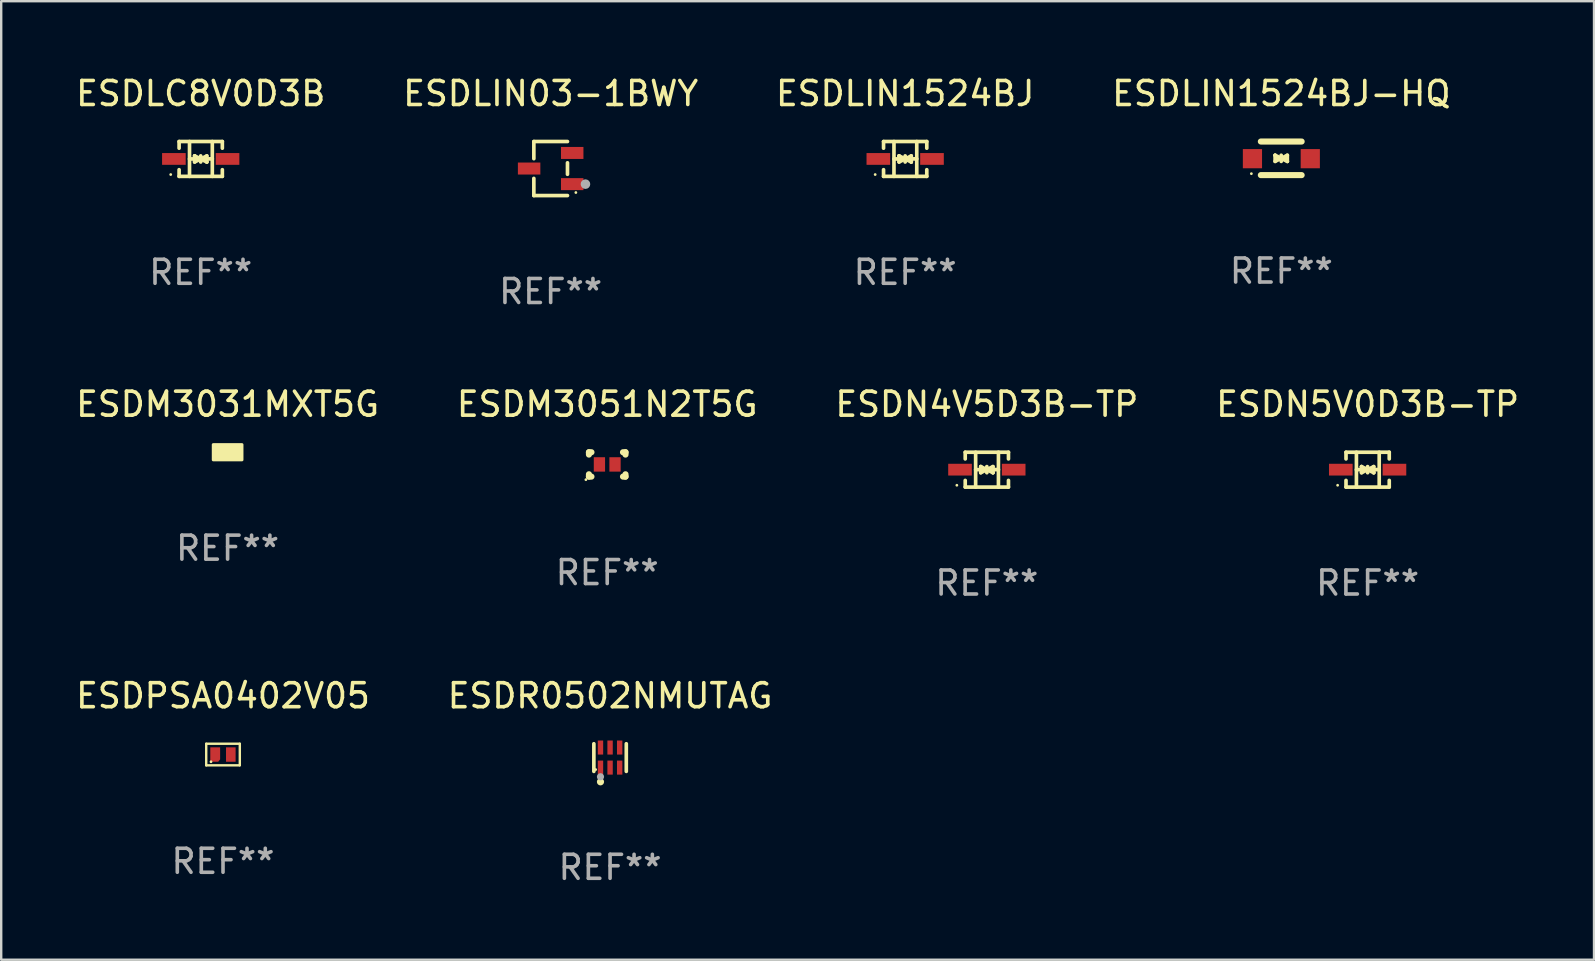
<source format=kicad_pcb>
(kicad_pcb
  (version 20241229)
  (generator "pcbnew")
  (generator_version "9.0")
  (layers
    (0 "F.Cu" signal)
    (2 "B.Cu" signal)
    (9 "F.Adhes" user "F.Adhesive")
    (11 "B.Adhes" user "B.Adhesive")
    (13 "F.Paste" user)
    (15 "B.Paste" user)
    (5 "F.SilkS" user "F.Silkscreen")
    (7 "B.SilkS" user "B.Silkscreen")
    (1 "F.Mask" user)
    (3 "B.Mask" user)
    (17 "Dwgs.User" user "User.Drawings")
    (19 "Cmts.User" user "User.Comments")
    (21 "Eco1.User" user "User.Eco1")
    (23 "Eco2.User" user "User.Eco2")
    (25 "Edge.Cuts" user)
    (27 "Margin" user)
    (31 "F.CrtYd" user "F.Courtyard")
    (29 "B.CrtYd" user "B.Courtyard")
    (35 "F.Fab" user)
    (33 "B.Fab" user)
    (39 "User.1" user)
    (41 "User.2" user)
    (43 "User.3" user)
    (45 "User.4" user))
  (footprint "ESDLIN1524BJ-HQ"
    (layer "F.Cu")
    (at 50.351 3.548)
    (property "Reference" "ESDLIN1524BJ-HQ" (at 0 -2.7 0) (layer "F.SilkS") (effects (font (size 1 1) (thickness 0.15))))
    (attr through_hole)
    (fp_line (start -0.855 -0.7) (end 0.845 -0.7) (stroke (width 0.254) (type solid)) (layer "F.SilkS"))
    (fp_line (start -0.855 0.7) (end 0.845 0.7) (stroke (width 0.254) (type solid)) (layer "F.SilkS"))
    (fp_line (start -0.26 -0.127) (end -0.26 -0.127) (stroke (width 0.154) (type solid)) (layer "F.SilkS"))
    (fp_line (start -0.26 -0.127) (end -0.008 -0.003) (stroke (width 0.154) (type solid)) (layer "F.SilkS"))
    (fp_line (start -0.26 0.127) (end -0.26 -0.127) (stroke (width 0.154) (type solid)) (layer "F.SilkS"))
    (fp_line (start -0.133 0.000483) (end -0.003 0.000483) (stroke (width 0.154) (type solid)) (layer "F.SilkS"))
    (fp_line (start -0.009 0.000483) (end -0.26 0.127) (stroke (width 0.154) (type solid)) (layer "F.SilkS"))
    (fp_line (start -0.006 -0.127) (end -0.006 0.127) (stroke (width 0.154) (type solid)) (layer "F.SilkS"))
    (fp_line (start -0.003 0.000483) (end 0.248 -0.127) (stroke (width 0.154) (type solid)) (layer "F.SilkS"))
    (fp_line (start 0.121 0.000483) (end -0.009 0.000483) (stroke (width 0.154) (type solid)) (layer "F.SilkS"))
    (fp_line (start 0.248 -0.127) (end 0.248 0.127) (stroke (width 0.154) (type solid)) (layer "F.SilkS"))
    (fp_line (start 0.248 0.127) (end -0.004 0.004) (stroke (width 0.154) (type solid)) (layer "F.SilkS"))
    (fp_line (start 0.248 0.127) (end 0.248 0.127) (stroke (width 0.154) (type solid)) (layer "F.SilkS"))
    (fp_circle (center -1.25 0.64) (end -1.22 0.64) (stroke (width 0.06) (type solid)) (fill no) (layer "F.SilkS"))
    (fp_text user "REF**" (at 0 4.7 0) (layer "F.Fab") (effects (font (size 1 1) (thickness 0.15))))
    (pad "1" smd rect (at -1.205 0.015) (size 0.8 0.8) (layers "F.Cu" "F.Mask" "F.Paste"))
    (pad "2" smd rect (at 1.205 0.015) (size 0.8 0.8) (layers "F.Cu" "F.Mask" "F.Paste")))
  (footprint "ESDLC8V0D3B"
    (layer "F.Cu")
    (at 5.315 3.574)
    (property "Reference" "ESDLC8V0D3B" (at 0 -2.726 0) (layer "F.SilkS") (effects (font (size 1 1) (thickness 0.15))))
    (attr through_hole)
    (fp_line (start -0.901 -0.726) (end -0.901 -0.448) (stroke (width 0.152) (type solid)) (layer "F.SilkS"))
    (fp_line (start -0.901 0.726) (end -0.901 0.448) (stroke (width 0.152) (type solid)) (layer "F.SilkS"))
    (fp_line (start -0.467 0) (end 0.483 -0.003) (stroke (width 0.154) (type solid)) (layer "F.SilkS"))
    (fp_line (start -0.467 0.726) (end -0.467 -0.726) (stroke (width 0.152) (type solid)) (layer "F.SilkS"))
    (fp_line (start -0.254 -0.127) (end -0.254 -0.127) (stroke (width 0.154) (type solid)) (layer "F.SilkS"))
    (fp_line (start -0.254 -0.127) (end -0.002 -0.003) (stroke (width 0.154) (type solid)) (layer "F.SilkS"))
    (fp_line (start -0.254 0.127) (end -0.254 -0.127) (stroke (width 0.154) (type solid)) (layer "F.SilkS"))
    (fp_line (start -0.127 0) (end 0.003 0) (stroke (width 0.154) (type solid)) (layer "F.SilkS"))
    (fp_line (start -0.003 0) (end -0.254 0.127) (stroke (width 0.154) (type solid)) (layer "F.SilkS"))
    (fp_line (start 0 -0.127) (end 0 0.127) (stroke (width 0.154) (type solid)) (layer "F.SilkS"))
    (fp_line (start 0.003 0) (end 0.254 -0.127) (stroke (width 0.154) (type solid)) (layer "F.SilkS"))
    (fp_line (start 0.127 0) (end -0.003 0) (stroke (width 0.154) (type solid)) (layer "F.SilkS"))
    (fp_line (start 0.254 -0.127) (end 0.254 0.127) (stroke (width 0.154) (type solid)) (layer "F.SilkS"))
    (fp_line (start 0.254 0.127) (end 0.002 0.003) (stroke (width 0.154) (type solid)) (layer "F.SilkS"))
    (fp_line (start 0.254 0.127) (end 0.254 0.127) (stroke (width 0.154) (type solid)) (layer "F.SilkS"))
    (fp_line (start 0.483 0.726) (end 0.483 -0.726) (stroke (width 0.152) (type solid)) (layer "F.SilkS"))
    (fp_line (start 0.901 -0.726) (end -0.901 -0.726) (stroke (width 0.152) (type solid)) (layer "F.SilkS"))
    (fp_line (start 0.901 -0.726) (end 0.901 -0.448) (stroke (width 0.152) (type solid)) (layer "F.SilkS"))
    (fp_line (start 0.901 0.726) (end -0.901 0.726) (stroke (width 0.152) (type solid)) (layer "F.SilkS"))
    (fp_line (start 0.901 0.726) (end 0.901 0.448) (stroke (width 0.152) (type solid)) (layer "F.SilkS"))
    (fp_circle (center -1.25 0.65) (end -1.22 0.65) (stroke (width 0.06) (type solid)) (fill no) (layer "F.SilkS"))
    (fp_text user "REF**" (at 0 4.726 0) (layer "F.Fab") (effects (font (size 1 1) (thickness 0.15))))
    (pad "1" smd rect (at -1.118 0) (size 0.985 0.49) (layers "F.Cu" "F.Mask" "F.Paste"))
    (pad "2" smd rect (at 1.118 0) (size 0.985 0.49) (layers "F.Cu" "F.Mask" "F.Paste")))
  (footprint "ESDN5V0D3B-TP"
    (layer "F.Cu")
    (at 53.946 16.523)
    (property "Reference" "ESDN5V0D3B-TP" (at 0 -2.726 0) (layer "F.SilkS") (effects (font (size 1 1) (thickness 0.15))))
    (attr through_hole)
    (fp_line (start -0.901 -0.726) (end -0.901 -0.448) (stroke (width 0.152) (type solid)) (layer "F.SilkS"))
    (fp_line (start -0.901 0.726) (end -0.901 0.448) (stroke (width 0.152) (type solid)) (layer "F.SilkS"))
    (fp_line (start -0.467 0) (end 0.483 -0.003) (stroke (width 0.154) (type solid)) (layer "F.SilkS"))
    (fp_line (start -0.467 0.726) (end -0.467 -0.726) (stroke (width 0.152) (type solid)) (layer "F.SilkS"))
    (fp_line (start -0.254 -0.127) (end -0.254 -0.127) (stroke (width 0.154) (type solid)) (layer "F.SilkS"))
    (fp_line (start -0.254 -0.127) (end -0.002 -0.003) (stroke (width 0.154) (type solid)) (layer "F.SilkS"))
    (fp_line (start -0.254 0.127) (end -0.254 -0.127) (stroke (width 0.154) (type solid)) (layer "F.SilkS"))
    (fp_line (start -0.127 0) (end 0.003 0) (stroke (width 0.154) (type solid)) (layer "F.SilkS"))
    (fp_line (start -0.003 0) (end -0.254 0.127) (stroke (width 0.154) (type solid)) (layer "F.SilkS"))
    (fp_line (start 0 -0.127) (end 0 0.127) (stroke (width 0.154) (type solid)) (layer "F.SilkS"))
    (fp_line (start 0.003 0) (end 0.254 -0.127) (stroke (width 0.154) (type solid)) (layer "F.SilkS"))
    (fp_line (start 0.127 0) (end -0.003 0) (stroke (width 0.154) (type solid)) (layer "F.SilkS"))
    (fp_line (start 0.254 -0.127) (end 0.254 0.127) (stroke (width 0.154) (type solid)) (layer "F.SilkS"))
    (fp_line (start 0.254 0.127) (end 0.002 0.003) (stroke (width 0.154) (type solid)) (layer "F.SilkS"))
    (fp_line (start 0.254 0.127) (end 0.254 0.127) (stroke (width 0.154) (type solid)) (layer "F.SilkS"))
    (fp_line (start 0.483 0.726) (end 0.483 -0.726) (stroke (width 0.152) (type solid)) (layer "F.SilkS"))
    (fp_line (start 0.901 -0.726) (end -0.901 -0.726) (stroke (width 0.152) (type solid)) (layer "F.SilkS"))
    (fp_line (start 0.901 -0.726) (end 0.901 -0.448) (stroke (width 0.152) (type solid)) (layer "F.SilkS"))
    (fp_line (start 0.901 0.726) (end -0.901 0.726) (stroke (width 0.152) (type solid)) (layer "F.SilkS"))
    (fp_line (start 0.901 0.726) (end 0.901 0.448) (stroke (width 0.152) (type solid)) (layer "F.SilkS"))
    (fp_circle (center -1.25 0.65) (end -1.22 0.65) (stroke (width 0.06) (type solid)) (fill no) (layer "F.SilkS"))
    (fp_text user "REF**" (at 0 4.726 0) (layer "F.Fab") (effects (font (size 1 1) (thickness 0.15))))
    (pad "1" smd rect (at -1.118 0) (size 0.985 0.49) (layers "F.Cu" "F.Mask" "F.Paste"))
    (pad "2" smd rect (at 1.118 0) (size 0.985 0.49) (layers "F.Cu" "F.Mask" "F.Paste")))
  (footprint "ESDN4V5D3B-TP"
    (layer "F.Cu")
    (at 38.077 16.523)
    (property "Reference" "ESDN4V5D3B-TP" (at 0 -2.726 0) (layer "F.SilkS") (effects (font (size 1 1) (thickness 0.15))))
    (attr through_hole)
    (fp_line (start -0.901 -0.726) (end -0.901 -0.448) (stroke (width 0.152) (type solid)) (layer "F.SilkS"))
    (fp_line (start -0.901 0.726) (end -0.901 0.448) (stroke (width 0.152) (type solid)) (layer "F.SilkS"))
    (fp_line (start -0.467 0) (end 0.483 -0.003) (stroke (width 0.154) (type solid)) (layer "F.SilkS"))
    (fp_line (start -0.467 0.726) (end -0.467 -0.726) (stroke (width 0.152) (type solid)) (layer "F.SilkS"))
    (fp_line (start -0.254 -0.127) (end -0.254 -0.127) (stroke (width 0.154) (type solid)) (layer "F.SilkS"))
    (fp_line (start -0.254 -0.127) (end -0.002 -0.003) (stroke (width 0.154) (type solid)) (layer "F.SilkS"))
    (fp_line (start -0.254 0.127) (end -0.254 -0.127) (stroke (width 0.154) (type solid)) (layer "F.SilkS"))
    (fp_line (start -0.127 0) (end 0.003 0) (stroke (width 0.154) (type solid)) (layer "F.SilkS"))
    (fp_line (start -0.003 0) (end -0.254 0.127) (stroke (width 0.154) (type solid)) (layer "F.SilkS"))
    (fp_line (start 0 -0.127) (end 0 0.127) (stroke (width 0.154) (type solid)) (layer "F.SilkS"))
    (fp_line (start 0.003 0) (end 0.254 -0.127) (stroke (width 0.154) (type solid)) (layer "F.SilkS"))
    (fp_line (start 0.127 0) (end -0.003 0) (stroke (width 0.154) (type solid)) (layer "F.SilkS"))
    (fp_line (start 0.254 -0.127) (end 0.254 0.127) (stroke (width 0.154) (type solid)) (layer "F.SilkS"))
    (fp_line (start 0.254 0.127) (end 0.002 0.003) (stroke (width 0.154) (type solid)) (layer "F.SilkS"))
    (fp_line (start 0.254 0.127) (end 0.254 0.127) (stroke (width 0.154) (type solid)) (layer "F.SilkS"))
    (fp_line (start 0.483 0.726) (end 0.483 -0.726) (stroke (width 0.152) (type solid)) (layer "F.SilkS"))
    (fp_line (start 0.901 -0.726) (end -0.901 -0.726) (stroke (width 0.152) (type solid)) (layer "F.SilkS"))
    (fp_line (start 0.901 -0.726) (end 0.901 -0.448) (stroke (width 0.152) (type solid)) (layer "F.SilkS"))
    (fp_line (start 0.901 0.726) (end -0.901 0.726) (stroke (width 0.152) (type solid)) (layer "F.SilkS"))
    (fp_line (start 0.901 0.726) (end 0.901 0.448) (stroke (width 0.152) (type solid)) (layer "F.SilkS"))
    (fp_circle (center -1.25 0.65) (end -1.22 0.65) (stroke (width 0.06) (type solid)) (fill no) (layer "F.SilkS"))
    (fp_text user "REF**" (at 0 4.726 0) (layer "F.Fab") (effects (font (size 1 1) (thickness 0.15))))
    (pad "1" smd rect (at -1.118 0) (size 0.985 0.49) (layers "F.Cu" "F.Mask" "F.Paste"))
    (pad "2" smd rect (at 1.118 0) (size 0.985 0.49) (layers "F.Cu" "F.Mask" "F.Paste")))
  (footprint "ESDLIN1524BJ"
    (layer "F.Cu")
    (at 34.673 3.574)
    (property "Reference" "ESDLIN1524BJ" (at 0 -2.726 0) (layer "F.SilkS") (effects (font (size 1 1) (thickness 0.15))))
    (attr through_hole)
    (fp_line (start -0.901 -0.726) (end -0.901 -0.448) (stroke (width 0.152) (type solid)) (layer "F.SilkS"))
    (fp_line (start -0.901 0.726) (end -0.901 0.448) (stroke (width 0.152) (type solid)) (layer "F.SilkS"))
    (fp_line (start -0.467 0) (end 0.483 -0.003) (stroke (width 0.154) (type solid)) (layer "F.SilkS"))
    (fp_line (start -0.467 0.726) (end -0.467 -0.726) (stroke (width 0.152) (type solid)) (layer "F.SilkS"))
    (fp_line (start -0.254 -0.127) (end -0.254 -0.127) (stroke (width 0.154) (type solid)) (layer "F.SilkS"))
    (fp_line (start -0.254 -0.127) (end -0.002 -0.003) (stroke (width 0.154) (type solid)) (layer "F.SilkS"))
    (fp_line (start -0.254 0.127) (end -0.254 -0.127) (stroke (width 0.154) (type solid)) (layer "F.SilkS"))
    (fp_line (start -0.127 0) (end 0.003 0) (stroke (width 0.154) (type solid)) (layer "F.SilkS"))
    (fp_line (start -0.003 0) (end -0.254 0.127) (stroke (width 0.154) (type solid)) (layer "F.SilkS"))
    (fp_line (start 0 -0.127) (end 0 0.127) (stroke (width 0.154) (type solid)) (layer "F.SilkS"))
    (fp_line (start 0.003 0) (end 0.254 -0.127) (stroke (width 0.154) (type solid)) (layer "F.SilkS"))
    (fp_line (start 0.127 0) (end -0.003 0) (stroke (width 0.154) (type solid)) (layer "F.SilkS"))
    (fp_line (start 0.254 -0.127) (end 0.254 0.127) (stroke (width 0.154) (type solid)) (layer "F.SilkS"))
    (fp_line (start 0.254 0.127) (end 0.002 0.003) (stroke (width 0.154) (type solid)) (layer "F.SilkS"))
    (fp_line (start 0.254 0.127) (end 0.254 0.127) (stroke (width 0.154) (type solid)) (layer "F.SilkS"))
    (fp_line (start 0.483 0.726) (end 0.483 -0.726) (stroke (width 0.152) (type solid)) (layer "F.SilkS"))
    (fp_line (start 0.901 -0.726) (end -0.901 -0.726) (stroke (width 0.152) (type solid)) (layer "F.SilkS"))
    (fp_line (start 0.901 -0.726) (end 0.901 -0.448) (stroke (width 0.152) (type solid)) (layer "F.SilkS"))
    (fp_line (start 0.901 0.726) (end -0.901 0.726) (stroke (width 0.152) (type solid)) (layer "F.SilkS"))
    (fp_line (start 0.901 0.726) (end 0.901 0.448) (stroke (width 0.152) (type solid)) (layer "F.SilkS"))
    (fp_circle (center -1.25 0.65) (end -1.22 0.65) (stroke (width 0.06) (type solid)) (fill no) (layer "F.SilkS"))
    (fp_text user "REF**" (at 0 4.726 0) (layer "F.Fab") (effects (font (size 1 1) (thickness 0.15))))
    (pad "1" smd rect (at -1.118 0) (size 0.985 0.49) (layers "F.Cu" "F.Mask" "F.Paste"))
    (pad "2" smd rect (at 1.118 0) (size 0.985 0.49) (layers "F.Cu" "F.Mask" "F.Paste")))
  (footprint "ESDLIN03-1BWY"
    (layer "F.Cu")
    (at 19.899 3.974)
    (property "Reference" "ESDLIN03-1BWY" (at 0 -3.126 0) (layer "F.SilkS") (effects (font (size 1 1) (thickness 0.15))))
    (attr through_hole)
    (fp_line (start -0.701 -1.126) (end -0.701 -0.411) (stroke (width 0.152) (type solid)) (layer "F.SilkS"))
    (fp_line (start -0.701 1.126) (end -0.701 0.411) (stroke (width 0.152) (type solid)) (layer "F.SilkS"))
    (fp_line (start 0.701 -1.126) (end -0.701 -1.126) (stroke (width 0.152) (type solid)) (layer "F.SilkS"))
    (fp_line (start 0.701 -0.239) (end 0.701 0.239) (stroke (width 0.152) (type solid)) (layer "F.SilkS"))
    (fp_line (start 0.701 1.126) (end -0.701 1.126) (stroke (width 0.152) (type solid)) (layer "F.SilkS"))
    (fp_circle (center 1.05 1) (end 1.08 1) (stroke (width 0.06) (type solid)) (fill no) (layer "F.SilkS"))
    (fp_circle (center 1.45 0.65) (end 1.55 0.65) (stroke (width 0.2) (type solid)) (fill no) (layer "F.Fab"))
    (fp_text user "REF**" (at 0 5.126 0) (layer "F.Fab") (effects (font (size 1 1) (thickness 0.15))))
    (pad "1" smd rect (at 0.898 0.65) (size 0.936 0.5) (layers "F.Cu" "F.Mask" "F.Paste"))
    (pad "2" smd rect (at 0.898 -0.65) (size 0.936 0.5) (layers "F.Cu" "F.Mask" "F.Paste"))
    (pad "3" smd rect (at -0.898 0) (size 0.936 0.5) (layers "F.Cu" "F.Mask" "F.Paste")))
  (footprint "ESDPSA0402V05"
    (layer "F.Cu")
    (at 6.244 28.396)
    (property "Reference" "ESDPSA0402V05" (at 0 -2.45 0) (layer "F.SilkS") (effects (font (size 1 1) (thickness 0.15))))
    (attr through_hole)
    (fp_line (start -0.7 -0.45) (end -0.7 0.45) (stroke (width 0.1) (type solid)) (layer "F.SilkS"))
    (fp_line (start -0.7 -0.45) (end 0.7 -0.45) (stroke (width 0.1) (type solid)) (layer "F.SilkS"))
    (fp_line (start -0.7 0.45) (end 0.69 0.45) (stroke (width 0.1) (type solid)) (layer "F.SilkS"))
    (fp_line (start 0.7 -0.45) (end 0.7 0.45) (stroke (width 0.1) (type solid)) (layer "F.SilkS"))
    (fp_circle (center -0.5 0.3) (end -0.47 0.3) (stroke (width 0.06) (type solid)) (fill no) (layer "F.SilkS"))
    (fp_text user "REF**" (at 0 4.45 0) (layer "F.Fab") (effects (font (size 1 1) (thickness 0.15))))
    (pad "1" smd custom (at -0.325 0) (size 0.41 0.6) (layers "F.Cu" "F.Mask" "F.Paste") (options (anchor circle)) (primitives (gr_poly (pts (xy -0.205 -0.3) (xy -0.205 0.3) (xy 0.125 0.3) (xy 0.205 0.2) (xy 0.205 -0.3) (xy -0.205 -0.3)) (width 0) (fill yes))))
    (pad "2" smd rect (at 0.325 0 90) (size 0.6 0.4) (layers "F.Cu" "F.Mask" "F.Paste")))
  (footprint "ESDM3051N2T5G"
    (layer "F.Cu")
    (at 22.256 16.305)
    (property "Reference" "ESDM3051N2T5G" (at 0 -2.508 0) (layer "F.SilkS") (effects (font (size 1 1) (thickness 0.15))))
    (attr through_hole)
    (fp_line (start -0.762 -0.508) (end -0.657 -0.508) (stroke (width 0.254) (type solid)) (layer "F.SilkS"))
    (fp_line (start -0.762 -0.41) (end -0.762 -0.508) (stroke (width 0.254) (type solid)) (layer "F.SilkS"))
    (fp_line (start -0.762 0.508) (end -0.762 0.41) (stroke (width 0.254) (type solid)) (layer "F.SilkS"))
    (fp_line (start -0.657 0.508) (end -0.762 0.508) (stroke (width 0.254) (type solid)) (layer "F.SilkS"))
    (fp_line (start 0.657 -0.508) (end 0.762 -0.508) (stroke (width 0.254) (type solid)) (layer "F.SilkS"))
    (fp_line (start 0.762 -0.508) (end 0.762 -0.41) (stroke (width 0.254) (type solid)) (layer "F.SilkS"))
    (fp_line (start 0.762 0.41) (end 0.762 0.508) (stroke (width 0.254) (type solid)) (layer "F.SilkS"))
    (fp_line (start 0.762 0.508) (end 0.657 0.508) (stroke (width 0.254) (type solid)) (layer "F.SilkS"))
    (fp_circle (center -0.889 0.635) (end -0.859 0.635) (stroke (width 0.06) (type solid)) (fill no) (layer "F.SilkS"))
    (fp_text user "REF**" (at 0 4.508 0) (layer "F.Fab") (effects (font (size 1 1) (thickness 0.15))))
    (pad "1" smd rect (at -0.325 0) (size 0.47 0.6) (layers "F.Cu" "F.Mask" "F.Paste"))
    (pad "2" smd rect (at 0.325 0) (size 0.47 0.6) (layers "F.Cu" "F.Mask" "F.Paste")))
  (footprint "ESDR0502NMUTAG"
    (layer "F.Cu")
    (at 22.375 28.522)
    (property "Reference" "ESDR0502NMUTAG" (at 0 -2.576 0) (layer "F.SilkS") (effects (font (size 1 1) (thickness 0.15))))
    (attr through_hole)
    (fp_line (start -0.676 0.576) (end -0.676 -0.576) (stroke (width 0.152) (type solid)) (layer "F.SilkS"))
    (fp_line (start 0.676 0.576) (end 0.676 -0.576) (stroke (width 0.152) (type solid)) (layer "F.SilkS"))
    (fp_circle (center -0.6 0.5) (end -0.57 0.5) (stroke (width 0.06) (type solid)) (fill no) (layer "F.SilkS"))
    (fp_circle (center -0.4 1.01) (end -0.325 1.01) (stroke (width 0.15) (type solid)) (fill no) (layer "F.SilkS"))
    (fp_circle (center -0.4 0.8) (end -0.325 0.8) (stroke (width 0.15) (type solid)) (fill no) (layer "F.Fab"))
    (fp_text user "REF**" (at 0 4.576 0) (layer "F.Fab") (effects (font (size 1 1) (thickness 0.15))))
    (pad "1" smd rect (at -0.4 0.418) (size 0.224 0.585) (layers "F.Cu" "F.Mask" "F.Paste"))
    (pad "2" smd rect (at 0 0.418) (size 0.224 0.585) (layers "F.Cu" "F.Mask" "F.Paste"))
    (pad "3" smd rect (at 0.4 0.418) (size 0.224 0.585) (layers "F.Cu" "F.Mask" "F.Paste"))
    (pad "4" smd rect (at 0.4 -0.418) (size 0.224 0.585) (layers "F.Cu" "F.Mask" "F.Paste"))
    (pad "5" smd rect (at 0 -0.418) (size 0.224 0.585) (layers "F.Cu" "F.Mask" "F.Paste"))
    (pad "6" smd rect (at -0.4 -0.418) (size 0.224 0.585) (layers "F.Cu" "F.Mask" "F.Paste")))
  (footprint "ESDM3031MXT5G"
    (layer "F.Cu")
    (at 6.435 15.797)
    (property "Reference" "ESDM3031MXT5G" (at 0 -2 0) (layer "F.SilkS") (effects (font (size 1 1) (thickness 0.15))))
    (attr through_hole)
    (fp_circle (center -0.309 0.16) (end -0.279 0.16) (stroke (width 0.06) (type solid)) (fill no) (layer "F.SilkS"))
    (fp_poly (pts (xy -0.599 -0.318) (xy 0.601 -0.318) (xy 0.601 0.318) (xy -0.599 0.318)) (stroke (width 0.12) (type solid)) (fill yes) (layer "F.SilkS"))
    (fp_text user "REF**" (at 0 4 0) (layer "F.Fab") (effects (font (size 1 1) (thickness 0.15))))
    (pad "1" smd rect (at -0.286 0) (size 0.35 0.4) (layers "F.Cu" "F.Mask" "F.Paste"))
    (pad "2" smd rect (at 0.286 0) (size 0.35 0.4) (layers "F.Cu" "F.Mask" "F.Paste")))
  (gr_rect
    (start -3 -3)
    (end 63.381 36.947)
    (stroke (width 0.1) (type default))
    (fill no)
    (layer "Edge.Cuts")))
</source>
